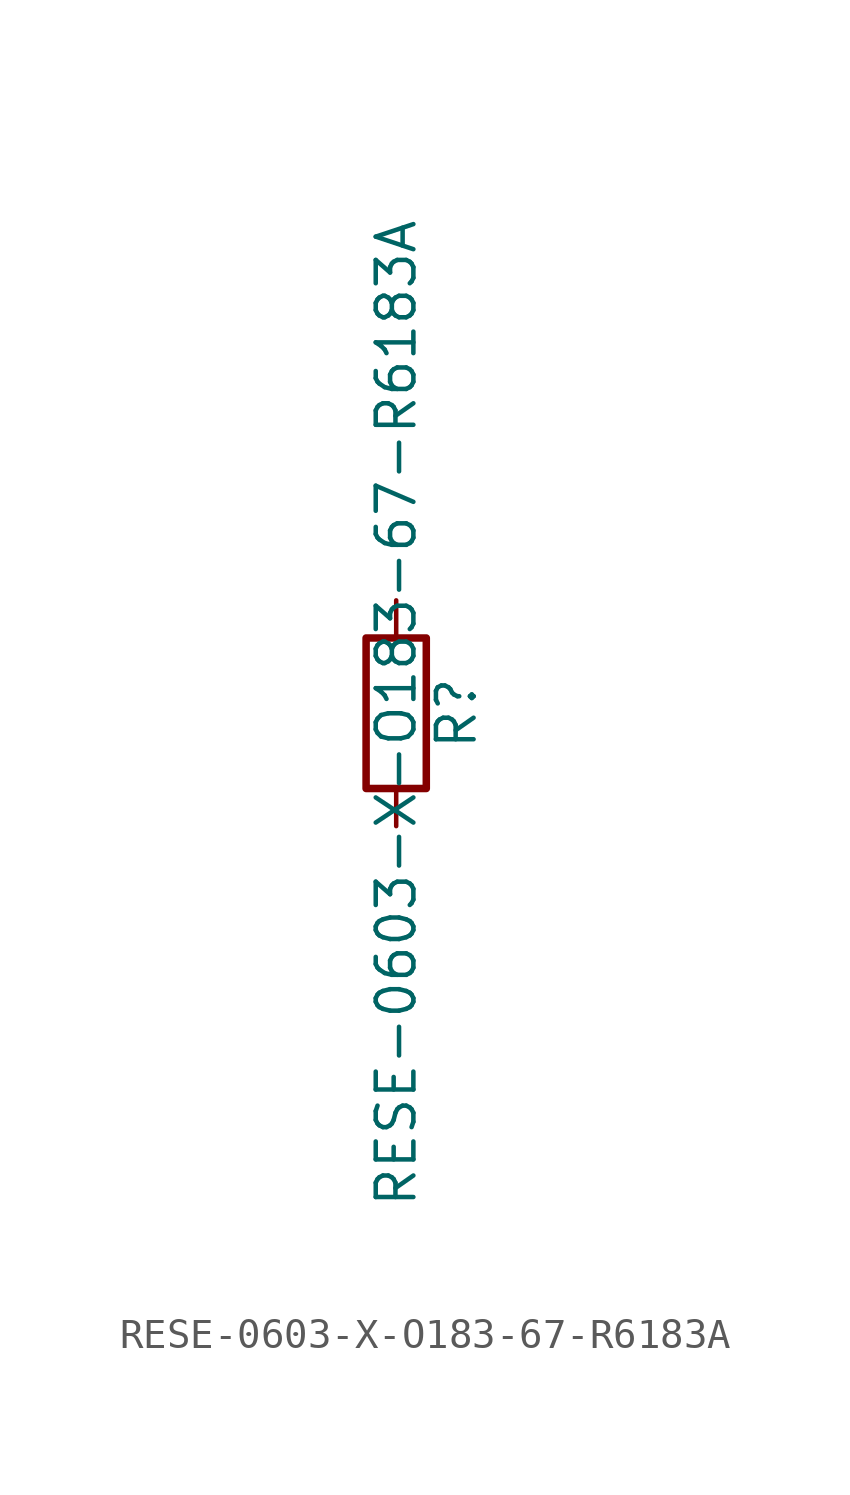
<source format=kicad_sym>
(kicad_symbol_lib
  (version 20211014)
  (generator kicad_symbol_editor)
  (symbol "RESE-0603-X-O183-67-R6183A"
    (pin_numbers hide)
    (pin_names
      (offset 0))
    (property "Reference" "R"
      (at 2.032 0 90)
      (effects (font (size 1.27 1.27))))
    (property "Value" "RESE-0603-X-O183-67-R6183A"
      (at 0 0 90)
      (effects (font (size 1.27 1.27))))
    (symbol "RESE-0603-X-O183-67-R6183A_0_1"
      (rectangle (start -1.016 -2.54) (end 1.016 2.54) (stroke (width 0.254) (type default) (color 0 0 0 0)) (fill (type none))))
    (symbol "RESE-0603-X-O183-67-R6183A_1_1"
      (pin passive line (at 0 3.81 270) (length 1.27) (name "~" (effects (font (size 1.27 1.27)))) (number "1" (effects (font (size 1.27 1.27)))))
      (pin passive line (at 0 -3.81 90) (length 1.27) (name "~" (effects (font (size 1.27 1.27)))) (number "2" (effects (font (size 1.27 1.27))))))))
</source>
